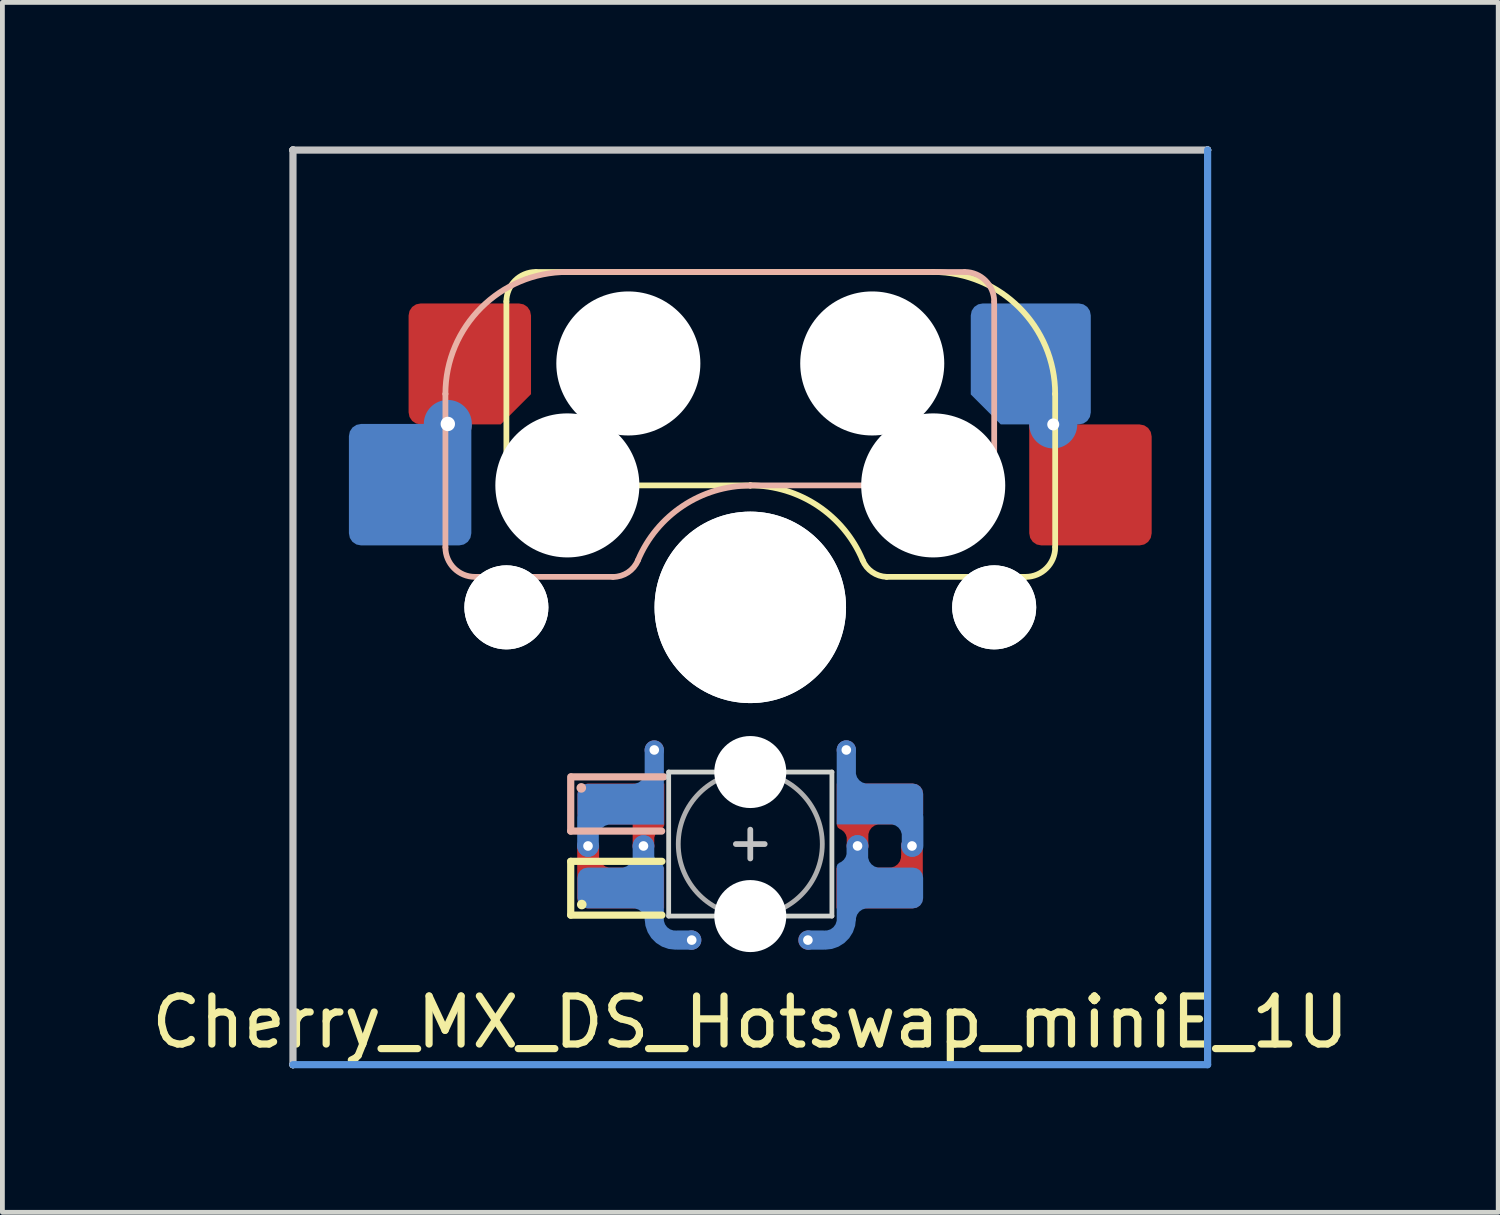
<source format=kicad_pcb>
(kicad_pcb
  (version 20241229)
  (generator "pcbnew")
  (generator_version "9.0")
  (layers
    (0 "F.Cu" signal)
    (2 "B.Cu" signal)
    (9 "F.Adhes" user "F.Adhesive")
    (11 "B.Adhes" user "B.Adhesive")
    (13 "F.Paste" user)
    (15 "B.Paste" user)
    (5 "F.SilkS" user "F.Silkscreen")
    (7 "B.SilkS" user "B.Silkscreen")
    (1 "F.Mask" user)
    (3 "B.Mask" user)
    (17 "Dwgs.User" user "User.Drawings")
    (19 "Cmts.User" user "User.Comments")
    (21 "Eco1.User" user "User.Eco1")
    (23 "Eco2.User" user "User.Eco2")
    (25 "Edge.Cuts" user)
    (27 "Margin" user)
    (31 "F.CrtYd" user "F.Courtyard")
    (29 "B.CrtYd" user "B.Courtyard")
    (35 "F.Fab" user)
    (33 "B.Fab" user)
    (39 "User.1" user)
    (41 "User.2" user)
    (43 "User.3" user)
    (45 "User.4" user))
  (footprint "Cherry_MX_DS_Hotswap_miniE_1U"
    (layer "F.Cu")
    (at 12.577 9.6)
    (property "Reference" "Cherry_MX_DS_Hotswap_miniE_1U" (at 0 8.64 0) (layer "F.SilkS") (effects (font (size 1 1) (thickness 0.15))))
    (attr through_hole)
    (fp_line (start -5.08 -6.37) (end -5.08 -2.54) (stroke (width 0.12) (type solid)) (layer "F.SilkS"))
    (fp_line (start -5.08 -2.54) (end -5.08 -2.54) (stroke (width 0.12) (type solid)) (layer "F.SilkS"))
    (fp_line (start -5.08 -2.54) (end -5.08 -2.54) (stroke (width 0.12) (type solid)) (layer "F.SilkS"))
    (fp_line (start -3.74 5.29) (end -3.74 6.41) (stroke (width 0.15) (type solid)) (layer "F.SilkS"))
    (fp_line (start -3.74 5.29) (end -1.84 5.29) (stroke (width 0.15) (type solid)) (layer "F.SilkS"))
    (fp_line (start -3.74 6.41) (end -1.84 6.41) (stroke (width 0.15) (type solid)) (layer "F.SilkS"))
    (fp_line (start 0 -2.54) (end -5.08 -2.54) (stroke (width 0.12) (type solid)) (layer "F.SilkS"))
    (fp_line (start 0 -2.54) (end 0 -2.54) (stroke (width 0.12) (type solid)) (layer "F.SilkS"))
    (fp_line (start 3.81 -6.985) (end -4.46 -6.985) (stroke (width 0.12) (type solid)) (layer "F.SilkS"))
    (fp_line (start 3.81 -6.985) (end 3.81 -6.985) (stroke (width 0.12) (type solid)) (layer "F.SilkS"))
    (fp_line (start 5.73 -0.635) (end 2.84 -0.635) (stroke (width 0.12) (type solid)) (layer "F.SilkS"))
    (fp_line (start 6.35 -4.445) (end 6.35 -4.445) (stroke (width 0.12) (type solid)) (layer "F.SilkS"))
    (fp_line (start 6.35 -4.445) (end 6.35 -1.26) (stroke (width 0.12) (type solid)) (layer "F.SilkS"))
    (fp_arc (start -5.080129 -6.37) (mid -4.9 -6.80487) (end -4.465129 -6.985) (stroke (width 0.12) (type default)) (layer "F.SilkS"))
    (fp_arc (start 0 -2.54) (mid 1.405313 -2.115202) (end 2.34 -0.983072) (stroke (width 0.12) (type solid)) (layer "F.SilkS"))
    (fp_arc (start 2.840072 -0.635) (mid 2.539136 -0.734324) (end 2.34 -0.980845) (stroke (width 0.12) (type default)) (layer "F.SilkS"))
    (fp_arc (start 3.81 -6.985) (mid 5.606051 -6.241051) (end 6.35 -4.445) (stroke (width 0.12) (type solid)) (layer "F.SilkS"))
    (fp_arc (start 6.35 -1.25) (mid 6.169871 -0.815129) (end 5.735 -0.635) (stroke (width 0.12) (type default)) (layer "F.SilkS"))
    (fp_circle (center -3.51 6.19) (end -3.41 6.19) (stroke (width 0) (type solid)) (fill yes) (layer "F.SilkS"))
    (fp_line (start -6.35 -4.445) (end -6.35 -4.445) (stroke (width 0.12) (type solid)) (layer "B.SilkS"))
    (fp_line (start -6.35 -1.25) (end -6.35 -4.445) (stroke (width 0.12) (type solid)) (layer "B.SilkS"))
    (fp_line (start -3.81 -6.985) (end -3.81 -6.985) (stroke (width 0.12) (type solid)) (layer "B.SilkS"))
    (fp_line (start -3.74 3.53) (end -3.74 4.66) (stroke (width 0.15) (type solid)) (layer "B.SilkS"))
    (fp_line (start -3.74 4.66) (end -1.846 4.66) (stroke (width 0.15) (type solid)) (layer "B.SilkS"))
    (fp_line (start -2.86 -0.635) (end -5.72 -0.635) (stroke (width 0.12) (type solid)) (layer "B.SilkS"))
    (fp_line (start -1.8 3.53) (end -3.724 3.53) (stroke (width 0.15) (type solid)) (layer "B.SilkS"))
    (fp_line (start 0 -2.54) (end 0 -2.54) (stroke (width 0.12) (type solid)) (layer "B.SilkS"))
    (fp_line (start 0 -2.54) (end 5.08 -2.54) (stroke (width 0.12) (type solid)) (layer "B.SilkS"))
    (fp_line (start 4.46 -6.985) (end -3.81 -6.985) (stroke (width 0.12) (type solid)) (layer "B.SilkS"))
    (fp_line (start 5.08 -6.36) (end 5.08 -2.54) (stroke (width 0.12) (type solid)) (layer "B.SilkS"))
    (fp_line (start 5.08 -2.54) (end 5.08 -2.54) (stroke (width 0.12) (type solid)) (layer "B.SilkS"))
    (fp_line (start 5.08 -2.54) (end 5.08 -2.54) (stroke (width 0.12) (type solid)) (layer "B.SilkS"))
    (fp_arc (start -6.35 -4.445) (mid -5.606051 -6.241051) (end -3.81 -6.985) (stroke (width 0.12) (type solid)) (layer "B.SilkS"))
    (fp_arc (start -5.735129 -0.635) (mid -6.169981 -0.81514) (end -6.350129 -1.25) (stroke (width 0.12) (type default)) (layer "B.SilkS"))
    (fp_arc (start -2.34 -0.98) (mid -2.547382 -0.727883) (end -2.859999 -0.633863) (stroke (width 0.12) (type default)) (layer "B.SilkS"))
    (fp_arc (start -2.34 -0.98) (mid -1.405313 -2.11213) (end 0 -2.536928) (stroke (width 0.12) (type solid)) (layer "B.SilkS"))
    (fp_arc (start 4.465 -6.985) (mid 4.899871 -6.804871) (end 5.08 -6.37) (stroke (width 0.12) (type default)) (layer "B.SilkS"))
    (fp_circle (center -3.52 3.76) (end -3.62 3.76) (stroke (width 0) (type solid)) (fill yes) (layer "B.SilkS"))
    (fp_line (start -9.525 -9.525) (end -9.525 -9.525) (stroke (width 0.15) (type solid)) (layer "Dwgs.User"))
    (fp_line (start -9.525 -9.525) (end -9.525 -9.525) (stroke (width 0.15) (type solid)) (layer "Dwgs.User"))
    (fp_line (start -9.525 -9.525) (end -9.525 -9.525) (stroke (width 0.15) (type solid)) (layer "Dwgs.User"))
    (fp_line (start -9.525 -9.525) (end -9.525 -9.525) (stroke (width 0.15) (type solid)) (layer "Dwgs.User"))
    (fp_line (start -9.525 -9.525) (end -9.525 9.525) (stroke (width 0.15) (type solid)) (layer "Dwgs.User"))
    (fp_line (start -9.525 -9.525) (end 9.525 -9.525) (stroke (width 0.15) (type solid)) (layer "Dwgs.User"))
    (fp_line (start -9.525 9.525) (end -9.525 9.525) (stroke (width 0.15) (type solid)) (layer "Dwgs.User"))
    (fp_line (start -9.525 9.525) (end -9.525 9.525) (stroke (width 0.15) (type solid)) (layer "Dwgs.User"))
    (fp_line (start -9.525 9.525) (end -9.525 9.525) (stroke (width 0.15) (type solid)) (layer "Dwgs.User"))
    (fp_line (start -9.525 9.525) (end -9.525 9.525) (stroke (width 0.15) (type solid)) (layer "Dwgs.User"))
    (fp_line (start 0 4.63) (end 0 5.23) (stroke (width 0.12) (type solid)) (layer "Dwgs.User"))
    (fp_line (start 0.3 4.93) (end -0.3 4.93) (stroke (width 0.12) (type solid)) (layer "Dwgs.User"))
    (fp_line (start 9.525 -9.525) (end 9.525 -9.525) (stroke (width 0.15) (type solid)) (layer "Dwgs.User"))
    (fp_line (start 9.525 -9.525) (end 9.525 -9.525) (stroke (width 0.15) (type solid)) (layer "Dwgs.User"))
    (fp_line (start 9.525 -9.525) (end 9.525 -9.525) (stroke (width 0.15) (type solid)) (layer "Dwgs.User"))
    (fp_line (start 9.525 -9.525) (end 9.525 -9.525) (stroke (width 0.15) (type solid)) (layer "Dwgs.User"))
    (fp_line (start -9.525 9.525) (end 9.525 9.525) (stroke (width 0.15) (type solid)) (layer "Cmts.User"))
    (fp_line (start 9.525 -9.525) (end 9.525 9.525) (stroke (width 0.15) (type solid)) (layer "Cmts.User"))
    (fp_line (start -1.7 3.43) (end -1.7 6.43) (stroke (width 0.1) (type solid)) (layer "Edge.Cuts"))
    (fp_line (start -1.7 3.43) (end 1.7 3.43) (stroke (width 0.1) (type solid)) (layer "Edge.Cuts"))
    (fp_line (start -1.7 6.43) (end 1.7 6.43) (stroke (width 0.1) (type solid)) (layer "Edge.Cuts"))
    (fp_line (start 1.7 6.43) (end 1.7 3.43) (stroke (width 0.1) (type solid)) (layer "Edge.Cuts"))
    (fp_circle (center 0 4.93) (end 0 6.43) (stroke (width 0.1) (type solid)) (fill no) (layer "F.Fab"))
    (pad "" np_thru_hole circle (at -5.08 0) (size 1.75 1.75) (drill 1.75) (layers "*.Cu" "*.Mask"))
    (pad "" np_thru_hole circle (at -5.08 0) (size 1.75 1.75) (drill 1.75) (layers "*.Cu" "*.Mask"))
    (pad "" np_thru_hole circle (at -3.81 -2.54) (size 3 3) (drill 3) (layers "*.Cu" "*.Mask"))
    (pad "" smd roundrect (at -2.855 4.09) (size 1.49 0.84) (layers "B.Mask") (roundrect_rratio 0.25) (chamfer_ratio 0.5) (chamfer top_left))
    (pad "" smd roundrect (at -2.855 5.85 180) (size 1.49 0.84) (layers "F.Mask") (roundrect_rratio 0.25) (chamfer_ratio 0.5) (chamfer top_right))
    (pad "" smd roundrect (at -2.69 5.84) (size 1.82 0.84) (layers "B.Mask") (roundrect_rratio 0.25) (chamfer_ratio 0) (chamfer top_right bottom_right))
    (pad "" smd roundrect (at -2.685 4.095 180) (size 1.83 0.85) (layers "F.Mask") (roundrect_rratio 0.25) (chamfer_ratio 0) (chamfer top_left bottom_left))
    (pad "" np_thru_hole circle (at -2.54 -5.08) (size 3 3) (drill 3) (layers "*.Cu" "*.Mask"))
    (pad "" smd rect (at -2.47 4.09) (size 1.38 0.84) (layers "B.Mask"))
    (pad "" smd rect (at -2.47 5.85 180) (size 1.38 0.84) (layers "F.Mask"))
    (pad "" np_thru_hole circle (at 0 0) (size 3.988 3.988) (drill 3.988) (layers "*.Cu" "*.Mask"))
    (pad "" np_thru_hole circle (at 0 0) (size 3.988 3.988) (drill 3.988) (layers "*.Cu" "*.Mask"))
    (pad "" np_thru_hole circle (at 0 3.43) (size 1.5 1.5) (drill 1.5) (layers "*.Cu" "*.Mask"))
    (pad "" np_thru_hole circle (at 0 6.43) (size 1.5 1.5) (drill 1.5) (layers "*.Cu" "*.Mask"))
    (pad "" np_thru_hole circle (at 2.54 -5.08) (size 3 3) (drill 3) (layers "*.Cu" "*.Mask"))
    (pad "" smd roundrect (at 2.685 5.855) (size 1.83 0.85) (layers "F.Mask") (roundrect_rratio 0.25) (chamfer_ratio 0) (chamfer top_left bottom_left))
    (pad "" smd roundrect (at 2.69 4.095 180) (size 1.82 0.84) (layers "B.Mask") (roundrect_rratio 0.25) (chamfer_ratio 0) (chamfer top_right bottom_right))
    (pad "" smd roundrect (at 2.69 4.095) (size 1.82 0.85) (layers "F.Mask") (roundrect_rratio 0.25) (chamfer_ratio 0) (chamfer top_left bottom_left))
    (pad "" smd roundrect (at 2.69 5.845 180) (size 1.82 0.85) (layers "B.Mask") (roundrect_rratio 0.25) (chamfer_ratio 0) (chamfer top_right bottom_right))
    (pad "" np_thru_hole circle (at 3.81 -2.54) (size 3 3) (drill 3) (layers "*.Cu" "*.Mask"))
    (pad "" np_thru_hole circle (at 5.08 0) (size 1.75 1.75) (drill 1.75) (layers "*.Cu" "*.Mask"))
    (pad "" np_thru_hole circle (at 5.08 0) (size 1.75 1.75) (drill 1.75) (layers "*.Cu" "*.Mask"))
    (pad "1" thru_hole circle (at 1.2 6.93 180) (size 0.4 0.4) (drill 0.2) (layers "*.Cu"))
    (pad "1" thru_hole circle (at 2.234 4.969) (size 0.45 0.45) (drill 0.2) (layers "*.Cu"))
    (pad "1" smd custom (at 2.7 4.095 180) (size 0.85 0.85) (layers "F.Cu") (options (anchor circle)) (primitives (gr_arc (start 0.44 -0.665) (mid 0.311126 -0.353874) (end 0 -0.225) (width 0.4)) (gr_arc (start 0.798298 -0.429684) (mid 0.645594 -0.555573) (end 0.588284 -0.744999) (width 0.2)) (gr_line (start 0.466 -0.874) (end 0.466 -0.184) (width 0.45)) (gr_poly (pts (xy -0.9 -0.212) (xy -0.884 -0.294) (xy -0.838 -0.363) (xy -0.769 -0.409) (xy -0.688 -0.425) (xy 0.9 -0.425) (xy 0.9 0.425) (xy -0.688 0.425) (xy -0.769 0.409) (xy -0.838 0.363) (xy -0.884 0.294) (xy -0.9 0.212)) (width 0) (fill yes))))
    (pad "1" smd custom (at 2.7 5.845 180) (size 0.85 0.85) (layers "B.Cu") (options (anchor circle)) (primitives (gr_arc (start 0.698874 -0.666126) (mid 0.57 -0.355) (end 0.258874 -0.226126) (width 0.4)) (gr_arc (start 0.7 -0.645) (mid 0.828874 -0.956126) (end 1.14 -1.085) (width 0.4)) (gr_line (start 1.18 -1.085) (end 1.48 -1.085) (width 0.4)) (gr_line (start 0.7 -0.645) (end 0.7 -0.165) (width 0.4)) (gr_line (start 0.47 0.875) (end 0.47 0.275) (width 0.45)) (gr_arc (start 0.592691 0.750315) (mid 0.650001 0.56089) (end 0.802705 0.435002) (width 0.2)) (gr_arc (start 0.005 0.225) (mid 0.316126 0.353874) (end 0.445 0.665) (width 0.4)) (gr_poly (pts (xy -0.9 -0.212) (xy -0.884 -0.294) (xy -0.838 -0.363) (xy -0.769 -0.409) (xy -0.688 -0.425) (xy 0.9 -0.425) (xy 0.9 0.425) (xy -0.688 0.425) (xy -0.769 0.409) (xy -0.838 0.363) (xy -0.884 0.294) (xy -0.9 0.212)) (width 0) (fill yes))))
    (pad "2" thru_hole circle (at 2 2.97) (size 0.4 0.4) (drill 0.2) (layers "*.Cu"))
    (pad "2" smd custom (at 2.693 5.845) (size 0.85 0.85) (layers "F.Cu") (options (anchor circle)) (primitives (gr_arc (start 0.645874 -0.666126) (mid 0.517 -0.355) (end 0.205874 -0.226126) (width 0.4)) (gr_line (start 0.675 -0.875) (end 0.675 -0.135) (width 0.45)) (gr_poly (pts (xy -0.9 -0.425) (xy 0.9 -0.425) (xy 0.9 0.212) (xy 0.884 0.294) (xy 0.838 0.363) (xy 0.769 0.409) (xy 0.688 0.425) (xy -0.9 0.425)) (width 0) (fill yes))))
    (pad "2" smd custom (at 2.7 4.095) (size 0.85 0.85) (layers "B.Cu") (options (anchor circle)) (primitives (gr_poly (pts (xy -0.9 -0.425) (xy 0.688 -0.425) (xy 0.769 -0.409) (xy 0.838 -0.363) (xy 0.884 -0.294) (xy 0.9 -0.212) (xy 0.9 0.212) (xy 0.884 0.294) (xy 0.838 0.363) (xy 0.769 0.409) (xy 0.688 0.425) (xy -0.9 0.425)) (width 0) (fill yes)) (gr_line (start -0.7 -1.125) (end -0.7 -0.225) (width 0.4)) (gr_arc (start -0.26 -0.226126) (mid -0.571126 -0.355) (end -0.7 -0.666126) (width 0.4)) (gr_line (start 0.68 0.875) (end 0.68 0.275) (width 0.45)) (gr_arc (start 0.215 0.225) (mid 0.526126 0.353874) (end 0.655 0.665) (width 0.4))))
    (pad "2" thru_hole circle (at 3.368 4.97) (size 0.45 0.45) (drill 0.2) (layers "*.Cu"))
    (pad "3" thru_hole circle (at -3.38 4.97) (size 0.45 0.45) (drill 0.2) (layers "*.Cu"))
    (pad "3" smd custom (at -2.705 5.845) (size 0.85 0.85) (layers "F.Cu") (options (anchor circle)) (primitives (gr_arc (start -0.205 -0.225) (mid -0.516126 -0.353874) (end -0.645 -0.665) (width 0.4)) (gr_poly (pts (xy -0.494 -0.354) (xy -0.85 -0.354) (xy -0.85 -0.887) (xy -0.494 -0.887)) (width 0.1) (fill yes)) (gr_poly (pts (xy -0.9 -0.425) (xy 0.91 -0.425) (xy 0.91 0.425) (xy -0.688 0.425) (xy -0.769 0.409) (xy -0.838 0.363) (xy -0.884 0.294) (xy -0.9 0.212)) (width 0) (fill yes))))
    (pad "3" smd custom (at -2.7 4.1) (size 0.85 0.85) (layers "B.Cu") (options (anchor circle)) (primitives (gr_poly (pts (xy 0.9 -0.425) (xy -0.688 -0.425) (xy -0.769 -0.409) (xy -0.838 -0.363) (xy -0.884 -0.294) (xy -0.9 -0.212) (xy -0.9 0.212) (xy -0.884 0.294) (xy -0.838 0.363) (xy -0.769 0.409) (xy -0.688 0.425) (xy 0.9 0.425)) (width 0) (fill yes)) (gr_line (start 0.7 -0.225) (end 0.7 -1.125) (width 0.4)) (gr_arc (start 0.7 -0.666126) (mid 0.571126 -0.355) (end 0.26 -0.226126) (width 0.4)) (gr_line (start -0.68 0.275) (end -0.68 0.875) (width 0.45)) (gr_arc (start -0.655 0.665) (mid -0.526126 0.353874) (end -0.215 0.225) (width 0.4))))
    (pad "3" thru_hole circle (at -2 2.97) (size 0.4 0.4) (drill 0.2) (layers "*.Cu"))
    (pad "4" smd custom (at -2.7 4.095 180) (size 0.85 0.85) (layers "F.Cu") (options (anchor circle)) (primitives (gr_line (start -0.475 -0.875) (end -0.475 -0.235) (width 0.45)) (gr_arc (start -0.599987 -0.740315) (mid -0.657296 -0.550889) (end -0.81 -0.425001) (width 0.2)) (gr_poly (pts (xy -0.91 -0.425) (xy 0.688 -0.425) (xy 0.769 -0.409) (xy 0.838 -0.363) (xy 0.884 -0.294) (xy 0.9 -0.212) (xy 0.9 0.212) (xy 0.884 0.294) (xy 0.838 0.363) (xy 0.769 0.409) (xy 0.688 0.425) (xy -0.91 0.425)) (width 0) (fill yes))))
    (pad "4" smd custom (at -2.7 5.845 180) (size 0.85 0.85) (layers "B.Cu") (options (anchor circle)) (primitives (gr_arc (start -0.26 -0.226126) (mid -0.571126 -0.355) (end -0.7 -0.666126) (width 0.4)) (gr_line (start -0.7 -0.645) (end -0.7 -0.165) (width 0.4)) (gr_arc (start -1.14 -1.085) (mid -0.828874 -0.956126) (end -0.7 -0.645) (width 0.4)) (gr_line (start -1.18 -1.085) (end -1.48 -1.085) (width 0.4)) (gr_line (start -0.475 0.875) (end -0.475 0.275) (width 0.45)) (gr_arc (start -0.8 0.415) (mid -0.647296 0.540889) (end -0.589986 0.730315) (width 0.2)) (gr_arc (start -0.45 0.665) (mid -0.321126 0.353874) (end -0.01 0.225) (width 0.4)) (gr_poly (pts (xy -0.9 -0.425) (xy 0.688 -0.425) (xy 0.769 -0.409) (xy 0.838 -0.363) (xy 0.884 -0.294) (xy 0.9 -0.212) (xy 0.9 0.212) (xy 0.884 0.294) (xy 0.838 0.363) (xy 0.769 0.409) (xy 0.688 0.425) (xy -0.9 0.425)) (width 0) (fill yes))))
    (pad "4" thru_hole circle (at -2.225 4.97) (size 0.45 0.45) (drill 0.2) (layers "*.Cu"))
    (pad "4" thru_hole circle (at -1.22 6.93 180) (size 0.4 0.4) (drill 0.2) (layers "*.Cu"))
    (pad "5" smd roundrect (at -7.085 -2.555) (size 2.55 2.53) (layers "B.Cu" "B.Mask" "B.Paste") (roundrect_rratio 0.1) (chamfer_ratio 0) (chamfer top_right))
    (pad "5" thru_hole circle (at -6.3 -3.82) (size 1 1) (drill 0.3) (layers "*.Cu"))
    (pad "5" smd roundrect (at -5.842 -5.07) (size 2.55 2.52) (layers "F.Cu" "F.Mask" "F.Paste") (roundrect_rratio 0.1) (chamfer_ratio 0.25) (chamfer bottom_right))
    (pad "6" smd roundrect (at 5.842 -5.07) (size 2.5 2.52) (layers "B.Cu" "B.Mask" "B.Paste") (roundrect_rratio 0.1) (chamfer_ratio 0.25) (chamfer bottom_left))
    (pad "6" thru_hole circle (at 6.31 -3.81) (size 1 1) (drill 0.25) (layers "*.Cu"))
    (pad "6" smd roundrect (at 7.085 -2.55) (size 2.55 2.52) (layers "F.Cu" "F.Mask" "F.Paste") (roundrect_rratio 0.1) (chamfer_ratio 0) (chamfer top_left)))
  (gr_rect
    (start -3 -3)
    (end 28.155 22.2)
    (stroke (width 0.1) (type default))
    (fill no)
    (layer "Edge.Cuts")))
</source>
